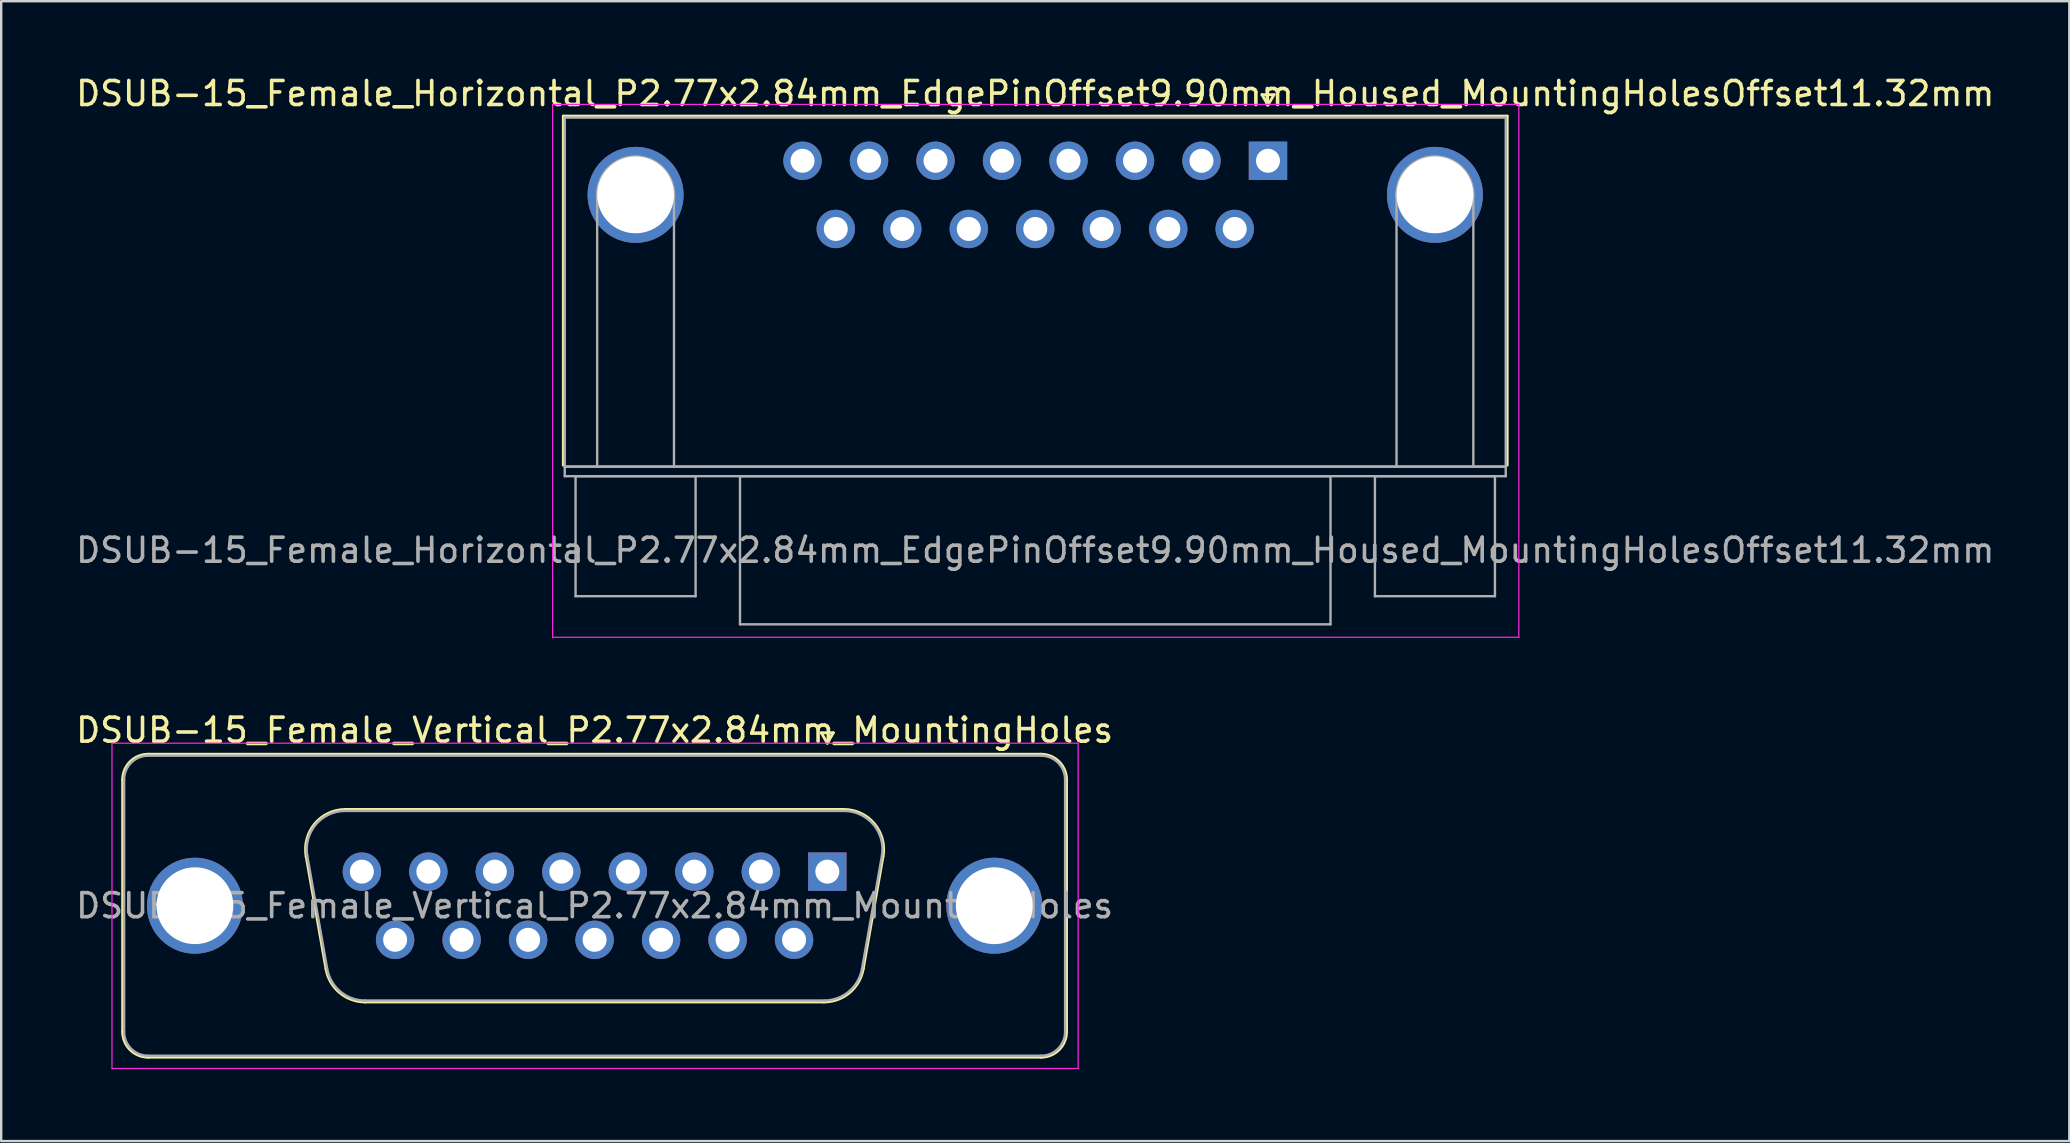
<source format=kicad_pcb>
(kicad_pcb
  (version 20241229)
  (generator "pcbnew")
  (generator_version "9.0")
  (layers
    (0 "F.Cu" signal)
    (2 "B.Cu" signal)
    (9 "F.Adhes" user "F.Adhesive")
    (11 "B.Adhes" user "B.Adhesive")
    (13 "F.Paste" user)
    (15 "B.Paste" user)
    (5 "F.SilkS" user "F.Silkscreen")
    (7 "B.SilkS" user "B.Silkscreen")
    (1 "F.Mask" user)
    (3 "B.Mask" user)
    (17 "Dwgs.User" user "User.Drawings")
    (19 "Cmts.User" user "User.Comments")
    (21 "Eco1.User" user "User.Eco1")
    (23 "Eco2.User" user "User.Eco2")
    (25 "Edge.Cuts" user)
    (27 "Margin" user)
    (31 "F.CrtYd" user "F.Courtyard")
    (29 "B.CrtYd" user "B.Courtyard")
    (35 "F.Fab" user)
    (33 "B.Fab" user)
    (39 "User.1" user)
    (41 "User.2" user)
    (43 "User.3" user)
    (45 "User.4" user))
  (footprint "DSUB-15_Female_Horizontal_P2.77x2.84mm_EdgePinOffset9.90mm_Housed_MountingHolesOffset11.32mm"
    (layer "F.Cu")
    (at 49.772 3.648)
    (property "Reference" "DSUB-15_Female_Horizontal_P2.77x2.84mm_EdgePinOffset9.90mm_Housed_MountingHolesOffset11.32mm" (at -9.695 -2.8 0) (layer "F.SilkS") (effects (font (size 1 1) (thickness 0.15))))
    (attr through_hole)
    (fp_line (start -29.355 -1.86) (end 9.965 -1.86) (stroke (width 0.12) (type solid)) (layer "F.SilkS"))
    (fp_line (start -29.355 12.68) (end -29.355 -1.86) (stroke (width 0.12) (type solid)) (layer "F.SilkS"))
    (fp_line (start -0.25 -2.754) (end 0.25 -2.754) (stroke (width 0.12) (type solid)) (layer "F.SilkS"))
    (fp_line (start 0 -2.321) (end -0.25 -2.754) (stroke (width 0.12) (type solid)) (layer "F.SilkS"))
    (fp_line (start 0.25 -2.754) (end 0 -2.321) (stroke (width 0.12) (type solid)) (layer "F.SilkS"))
    (fp_line (start 9.965 -1.86) (end 9.965 12.68) (stroke (width 0.12) (type solid)) (layer "F.SilkS"))
    (fp_line (start -29.8 -2.35) (end -29.8 19.85) (stroke (width 0.05) (type solid)) (layer "F.CrtYd"))
    (fp_line (start -29.8 19.85) (end 10.45 19.85) (stroke (width 0.05) (type solid)) (layer "F.CrtYd"))
    (fp_line (start 10.45 -2.35) (end -29.8 -2.35) (stroke (width 0.05) (type solid)) (layer "F.CrtYd"))
    (fp_line (start 10.45 19.85) (end 10.45 -2.35) (stroke (width 0.05) (type solid)) (layer "F.CrtYd"))
    (fp_line (start -29.295 -1.8) (end -29.295 12.74) (stroke (width 0.1) (type solid)) (layer "F.Fab"))
    (fp_line (start -29.295 12.74) (end -29.295 13.14) (stroke (width 0.1) (type solid)) (layer "F.Fab"))
    (fp_line (start -29.295 12.74) (end 9.905 12.74) (stroke (width 0.1) (type solid)) (layer "F.Fab"))
    (fp_line (start -29.295 13.14) (end 9.905 13.14) (stroke (width 0.1) (type solid)) (layer "F.Fab"))
    (fp_line (start -28.845 13.14) (end -28.845 18.14) (stroke (width 0.1) (type solid)) (layer "F.Fab"))
    (fp_line (start -28.845 18.14) (end -23.845 18.14) (stroke (width 0.1) (type solid)) (layer "F.Fab"))
    (fp_line (start -27.945 12.74) (end -27.945 1.42) (stroke (width 0.1) (type solid)) (layer "F.Fab"))
    (fp_line (start -24.745 12.74) (end -24.745 1.42) (stroke (width 0.1) (type solid)) (layer "F.Fab"))
    (fp_line (start -23.845 13.14) (end -28.845 13.14) (stroke (width 0.1) (type solid)) (layer "F.Fab"))
    (fp_line (start -23.845 18.14) (end -23.845 13.14) (stroke (width 0.1) (type solid)) (layer "F.Fab"))
    (fp_line (start -21.995 13.14) (end -21.995 19.31) (stroke (width 0.1) (type solid)) (layer "F.Fab"))
    (fp_line (start -21.995 19.31) (end 2.605 19.31) (stroke (width 0.1) (type solid)) (layer "F.Fab"))
    (fp_line (start 2.605 13.14) (end -21.995 13.14) (stroke (width 0.1) (type solid)) (layer "F.Fab"))
    (fp_line (start 2.605 19.31) (end 2.605 13.14) (stroke (width 0.1) (type solid)) (layer "F.Fab"))
    (fp_line (start 4.455 13.14) (end 4.455 18.14) (stroke (width 0.1) (type solid)) (layer "F.Fab"))
    (fp_line (start 4.455 18.14) (end 9.455 18.14) (stroke (width 0.1) (type solid)) (layer "F.Fab"))
    (fp_line (start 5.355 12.74) (end 5.355 1.42) (stroke (width 0.1) (type solid)) (layer "F.Fab"))
    (fp_line (start 8.555 12.74) (end 8.555 1.42) (stroke (width 0.1) (type solid)) (layer "F.Fab"))
    (fp_line (start 9.455 13.14) (end 4.455 13.14) (stroke (width 0.1) (type solid)) (layer "F.Fab"))
    (fp_line (start 9.455 18.14) (end 9.455 13.14) (stroke (width 0.1) (type solid)) (layer "F.Fab"))
    (fp_line (start 9.905 -1.8) (end -29.295 -1.8) (stroke (width 0.1) (type solid)) (layer "F.Fab"))
    (fp_line (start 9.905 12.74) (end -29.295 12.74) (stroke (width 0.1) (type solid)) (layer "F.Fab"))
    (fp_line (start 9.905 12.74) (end 9.905 -1.8) (stroke (width 0.1) (type solid)) (layer "F.Fab"))
    (fp_line (start 9.905 13.14) (end 9.905 12.74) (stroke (width 0.1) (type solid)) (layer "F.Fab"))
    (fp_arc (start -27.945 1.42) (mid -26.345 -0.18) (end -24.745 1.42) (stroke (width 0.1) (type solid)) (layer "F.Fab"))
    (fp_arc (start 5.355 1.42) (mid 6.955 -0.18) (end 8.555 1.42) (stroke (width 0.1) (type solid)) (layer "F.Fab"))
    (fp_text user "${REFERENCE}" (at -9.695 16.225 0) (layer "F.Fab") (effects (font (size 1 1) (thickness 0.15))))
    (pad "0" thru_hole circle (at -26.345 1.42) (size 4 4) (drill 3.2) (layers "*.Cu" "*.Mask"))
    (pad "0" thru_hole circle (at 6.955 1.42) (size 4 4) (drill 3.2) (layers "*.Cu" "*.Mask"))
    (pad "1" thru_hole rect (at 0 0) (size 1.6 1.6) (drill 1) (layers "*.Cu" "*.Mask"))
    (pad "2" thru_hole circle (at -2.77 0) (size 1.6 1.6) (drill 1) (layers "*.Cu" "*.Mask"))
    (pad "3" thru_hole circle (at -5.54 0) (size 1.6 1.6) (drill 1) (layers "*.Cu" "*.Mask"))
    (pad "4" thru_hole circle (at -8.31 0) (size 1.6 1.6) (drill 1) (layers "*.Cu" "*.Mask"))
    (pad "5" thru_hole circle (at -11.08 0) (size 1.6 1.6) (drill 1) (layers "*.Cu" "*.Mask"))
    (pad "6" thru_hole circle (at -13.85 0) (size 1.6 1.6) (drill 1) (layers "*.Cu" "*.Mask"))
    (pad "7" thru_hole circle (at -16.62 0) (size 1.6 1.6) (drill 1) (layers "*.Cu" "*.Mask"))
    (pad "8" thru_hole circle (at -19.39 0) (size 1.6 1.6) (drill 1) (layers "*.Cu" "*.Mask"))
    (pad "9" thru_hole circle (at -1.385 2.84) (size 1.6 1.6) (drill 1) (layers "*.Cu" "*.Mask"))
    (pad "10" thru_hole circle (at -4.155 2.84) (size 1.6 1.6) (drill 1) (layers "*.Cu" "*.Mask"))
    (pad "11" thru_hole circle (at -6.925 2.84) (size 1.6 1.6) (drill 1) (layers "*.Cu" "*.Mask"))
    (pad "12" thru_hole circle (at -9.695 2.84) (size 1.6 1.6) (drill 1) (layers "*.Cu" "*.Mask"))
    (pad "13" thru_hole circle (at -12.465 2.84) (size 1.6 1.6) (drill 1) (layers "*.Cu" "*.Mask"))
    (pad "14" thru_hole circle (at -15.235 2.84) (size 1.6 1.6) (drill 1) (layers "*.Cu" "*.Mask"))
    (pad "15" thru_hole circle (at -18.005 2.84) (size 1.6 1.6) (drill 1) (layers "*.Cu" "*.Mask")))
  (footprint "DSUB-15_Female_Vertical_P2.77x2.84mm_MountingHoles"
    (layer "F.Cu")
    (at 31.415 33.261)
    (property "Reference" "DSUB-15_Female_Vertical_P2.77x2.84mm_MountingHoles" (at -9.695 -5.89 0) (layer "F.SilkS") (effects (font (size 1 1) (thickness 0.15))))
    (attr through_hole)
    (fp_line (start -29.355 6.67) (end -29.355 -3.83) (stroke (width 0.12) (type solid)) (layer "F.SilkS"))
    (fp_line (start -28.295 -4.89) (end 8.905 -4.89) (stroke (width 0.12) (type solid)) (layer "F.SilkS"))
    (fp_line (start -21.711 -0.642) (end -20.883 4.058) (stroke (width 0.12) (type solid)) (layer "F.SilkS"))
    (fp_line (start -20.077 -2.59) (end 0.687 -2.59) (stroke (width 0.12) (type solid)) (layer "F.SilkS"))
    (fp_line (start -19.248 5.43) (end -0.142 5.43) (stroke (width 0.12) (type solid)) (layer "F.SilkS"))
    (fp_line (start -0.25 -5.784) (end 0.25 -5.784) (stroke (width 0.12) (type solid)) (layer "F.SilkS"))
    (fp_line (start 0 -5.351) (end -0.25 -5.784) (stroke (width 0.12) (type solid)) (layer "F.SilkS"))
    (fp_line (start 0.25 -5.784) (end 0 -5.351) (stroke (width 0.12) (type solid)) (layer "F.SilkS"))
    (fp_line (start 2.321 -0.642) (end 1.493 4.058) (stroke (width 0.12) (type solid)) (layer "F.SilkS"))
    (fp_line (start 8.905 7.73) (end -28.295 7.73) (stroke (width 0.12) (type solid)) (layer "F.SilkS"))
    (fp_line (start 9.965 -3.83) (end 9.965 6.67) (stroke (width 0.12) (type solid)) (layer "F.SilkS"))
    (fp_arc (start -29.355 -3.83) (mid -29.044533 -4.579533) (end -28.295 -4.89) (stroke (width 0.12) (type solid)) (layer "F.SilkS"))
    (fp_arc (start -28.295 7.73) (mid -29.044533 7.419533) (end -29.355 6.67) (stroke (width 0.12) (type solid)) (layer "F.SilkS"))
    (fp_arc (start -21.71147 -0.641744) (mid -21.348323 -1.997028) (end -20.076689 -2.59) (stroke (width 0.12) (type solid)) (layer "F.SilkS"))
    (fp_arc (start -19.247952 5.43) (mid -20.314979 5.041634) (end -20.882733 4.058256) (stroke (width 0.12) (type solid)) (layer "F.SilkS"))
    (fp_arc (start 0.686689 -2.59) (mid 1.958323 -1.997027) (end 2.32147 -0.641744) (stroke (width 0.12) (type solid)) (layer "F.SilkS"))
    (fp_arc (start 1.492733 4.058256) (mid 0.92498 5.041634) (end -0.142048 5.43) (stroke (width 0.12) (type solid)) (layer "F.SilkS"))
    (fp_arc (start 8.905 -4.89) (mid 9.654533 -4.579533) (end 9.965 -3.83) (stroke (width 0.12) (type solid)) (layer "F.SilkS"))
    (fp_arc (start 9.965 6.67) (mid 9.654533 7.419533) (end 8.905 7.73) (stroke (width 0.12) (type solid)) (layer "F.SilkS"))
    (fp_line (start -29.8 -5.35) (end -29.8 8.2) (stroke (width 0.05) (type solid)) (layer "F.CrtYd"))
    (fp_line (start -29.8 8.2) (end 10.45 8.2) (stroke (width 0.05) (type solid)) (layer "F.CrtYd"))
    (fp_line (start 10.45 -5.35) (end -29.8 -5.35) (stroke (width 0.05) (type solid)) (layer "F.CrtYd"))
    (fp_line (start 10.45 8.2) (end 10.45 -5.35) (stroke (width 0.05) (type solid)) (layer "F.CrtYd"))
    (fp_line (start -29.295 6.67) (end -29.295 -3.83) (stroke (width 0.1) (type solid)) (layer "F.Fab"))
    (fp_line (start -28.295 -4.83) (end 8.905 -4.83) (stroke (width 0.1) (type solid)) (layer "F.Fab"))
    (fp_line (start -21.664 -0.652) (end -20.835 4.048) (stroke (width 0.1) (type solid)) (layer "F.Fab"))
    (fp_line (start -20.088 -2.53) (end 0.698 -2.53) (stroke (width 0.1) (type solid)) (layer "F.Fab"))
    (fp_line (start -19.259 5.37) (end -0.131 5.37) (stroke (width 0.1) (type solid)) (layer "F.Fab"))
    (fp_line (start 2.274 -0.652) (end 1.445 4.048) (stroke (width 0.1) (type solid)) (layer "F.Fab"))
    (fp_line (start 8.905 7.67) (end -28.295 7.67) (stroke (width 0.1) (type solid)) (layer "F.Fab"))
    (fp_line (start 9.905 -3.83) (end 9.905 6.67) (stroke (width 0.1) (type solid)) (layer "F.Fab"))
    (fp_arc (start -29.295 -3.83) (mid -29.002107 -4.537107) (end -28.295 -4.83) (stroke (width 0.1) (type solid)) (layer "F.Fab"))
    (fp_arc (start -28.295 7.67) (mid -29.002107 7.377107) (end -29.295 6.67) (stroke (width 0.1) (type solid)) (layer "F.Fab"))
    (fp_arc (start -21.663886 -0.652163) (mid -21.313865 -1.95846) (end -20.088194 -2.53) (stroke (width 0.1) (type solid)) (layer "F.Fab"))
    (fp_arc (start -19.259457 5.37) (mid -20.287917 4.995671) (end -20.835149 4.047837) (stroke (width 0.1) (type solid)) (layer "F.Fab"))
    (fp_arc (start 0.698194 -2.53) (mid 1.923865 -1.95846) (end 2.273886 -0.652163) (stroke (width 0.1) (type solid)) (layer "F.Fab"))
    (fp_arc (start 1.445149 4.047837) (mid 0.897917 4.995671) (end -0.130543 5.37) (stroke (width 0.1) (type solid)) (layer "F.Fab"))
    (fp_arc (start 8.905 -4.83) (mid 9.612107 -4.537107) (end 9.905 -3.83) (stroke (width 0.1) (type solid)) (layer "F.Fab"))
    (fp_arc (start 9.905 6.67) (mid 9.612107 7.377107) (end 8.905 7.67) (stroke (width 0.1) (type solid)) (layer "F.Fab"))
    (fp_text user "${REFERENCE}" (at -9.695 1.42 0) (layer "F.Fab") (effects (font (size 1 1) (thickness 0.15))))
    (pad "0" thru_hole circle (at -26.345 1.42) (size 4 4) (drill 3.2) (layers "*.Cu" "*.Mask"))
    (pad "0" thru_hole circle (at 6.955 1.42) (size 4 4) (drill 3.2) (layers "*.Cu" "*.Mask"))
    (pad "1" thru_hole rect (at 0 0) (size 1.6 1.6) (drill 1) (layers "*.Cu" "*.Mask"))
    (pad "2" thru_hole circle (at -2.77 0) (size 1.6 1.6) (drill 1) (layers "*.Cu" "*.Mask"))
    (pad "3" thru_hole circle (at -5.54 0) (size 1.6 1.6) (drill 1) (layers "*.Cu" "*.Mask"))
    (pad "4" thru_hole circle (at -8.31 0) (size 1.6 1.6) (drill 1) (layers "*.Cu" "*.Mask"))
    (pad "5" thru_hole circle (at -11.08 0) (size 1.6 1.6) (drill 1) (layers "*.Cu" "*.Mask"))
    (pad "6" thru_hole circle (at -13.85 0) (size 1.6 1.6) (drill 1) (layers "*.Cu" "*.Mask"))
    (pad "7" thru_hole circle (at -16.62 0) (size 1.6 1.6) (drill 1) (layers "*.Cu" "*.Mask"))
    (pad "8" thru_hole circle (at -19.39 0) (size 1.6 1.6) (drill 1) (layers "*.Cu" "*.Mask"))
    (pad "9" thru_hole circle (at -1.385 2.84) (size 1.6 1.6) (drill 1) (layers "*.Cu" "*.Mask"))
    (pad "10" thru_hole circle (at -4.155 2.84) (size 1.6 1.6) (drill 1) (layers "*.Cu" "*.Mask"))
    (pad "11" thru_hole circle (at -6.925 2.84) (size 1.6 1.6) (drill 1) (layers "*.Cu" "*.Mask"))
    (pad "12" thru_hole circle (at -9.695 2.84) (size 1.6 1.6) (drill 1) (layers "*.Cu" "*.Mask"))
    (pad "13" thru_hole circle (at -12.465 2.84) (size 1.6 1.6) (drill 1) (layers "*.Cu" "*.Mask"))
    (pad "14" thru_hole circle (at -15.235 2.84) (size 1.6 1.6) (drill 1) (layers "*.Cu" "*.Mask"))
    (pad "15" thru_hole circle (at -18.005 2.84) (size 1.6 1.6) (drill 1) (layers "*.Cu" "*.Mask")))
  (gr_rect
    (start -3 -3)
    (end 83.155 44.486)
    (stroke (width 0.1) (type default))
    (fill no)
    (layer "Edge.Cuts")))
</source>
